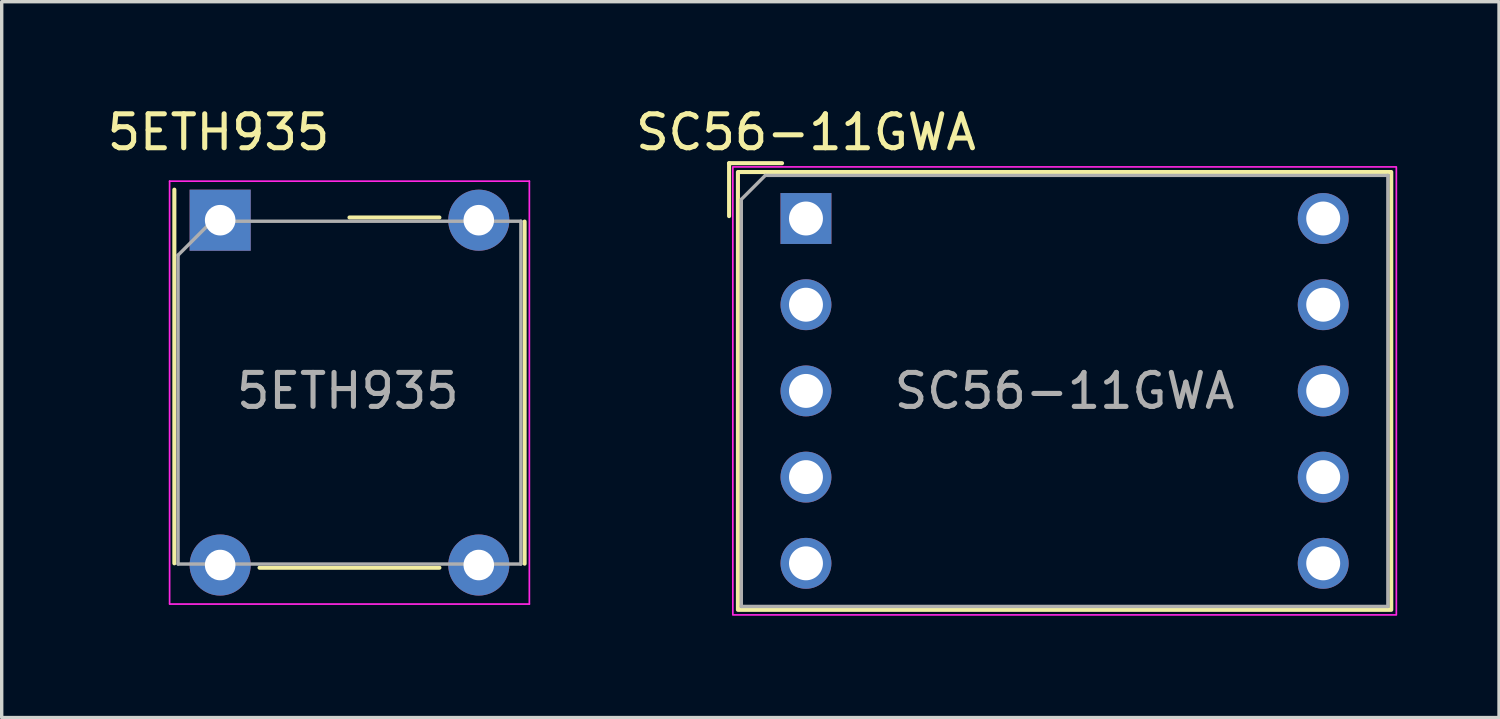
<source format=kicad_pcb>
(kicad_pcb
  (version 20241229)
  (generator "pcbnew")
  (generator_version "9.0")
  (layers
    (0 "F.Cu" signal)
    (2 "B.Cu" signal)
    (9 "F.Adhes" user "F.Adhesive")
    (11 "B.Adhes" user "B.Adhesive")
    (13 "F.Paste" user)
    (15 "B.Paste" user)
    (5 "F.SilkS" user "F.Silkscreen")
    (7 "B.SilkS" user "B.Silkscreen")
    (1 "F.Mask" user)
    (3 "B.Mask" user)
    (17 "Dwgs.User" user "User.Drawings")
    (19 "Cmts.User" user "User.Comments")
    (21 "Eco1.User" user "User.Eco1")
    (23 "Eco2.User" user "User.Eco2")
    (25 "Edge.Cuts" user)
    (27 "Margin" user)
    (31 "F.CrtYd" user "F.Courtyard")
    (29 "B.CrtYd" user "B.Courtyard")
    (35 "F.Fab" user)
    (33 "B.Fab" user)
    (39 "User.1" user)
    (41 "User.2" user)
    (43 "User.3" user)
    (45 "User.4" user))
  (footprint "SC56-11GWA"
    (layer "F.Cu")
    (at 28.317 8.468)
    (property "Reference" "SC56-11GWA" (at -7.62 -7.62 0) (unlocked yes) (layer "F.SilkS") (effects (font (size 1 1) (thickness 0.15))))
    (attr through_hole)
    (fp_line (start -9.885 -6.71) (end -9.885 -5.15) (stroke (width 0.12) (type solid)) (layer "F.SilkS"))
    (fp_line (start -9.885 -6.71) (end -8.325 -6.71) (stroke (width 0.12) (type solid)) (layer "F.SilkS"))
    (fp_rect (start -9.625 -6.45) (end 9.625 6.45) (stroke (width 0.12) (type solid)) (fill no) (layer "F.SilkS"))
    (fp_rect (start -9.775 -6.6) (end 9.775 6.6) (stroke (width 0.05) (type solid)) (fill no) (layer "F.CrtYd"))
    (fp_line (start -9.525 -5.643) (end -9.525 6.35) (stroke (width 0.1) (type solid)) (layer "F.Fab"))
    (fp_line (start -9.525 6.35) (end 9.525 6.35) (stroke (width 0.1) (type solid)) (layer "F.Fab"))
    (fp_line (start -8.818 -6.35) (end -9.525 -5.643) (stroke (width 0.1) (type solid)) (layer "F.Fab"))
    (fp_line (start 9.525 -6.35) (end -8.818 -6.35) (stroke (width 0.1) (type solid)) (layer "F.Fab"))
    (fp_line (start 9.525 6.35) (end 9.525 -6.35) (stroke (width 0.1) (type solid)) (layer "F.Fab"))
    (fp_text user "${REFERENCE}" (at 0 0 0) (unlocked yes) (layer "F.Fab") (effects (font (size 1 1) (thickness 0.15))))
    (pad "1" thru_hole rect (at -7.62 -5.08) (size 1.5 1.5) (drill 1) (layers "*.Cu" "*.Mask"))
    (pad "2" thru_hole circle (at -7.62 -2.54) (size 1.5 1.5) (drill 1) (layers "*.Cu" "*.Mask"))
    (pad "3" thru_hole circle (at -7.62 0) (size 1.5 1.5) (drill 1) (layers "*.Cu" "*.Mask"))
    (pad "4" thru_hole circle (at -7.62 2.54) (size 1.5 1.5) (drill 1) (layers "*.Cu" "*.Mask"))
    (pad "5" thru_hole circle (at -7.62 5.08) (size 1.5 1.5) (drill 1) (layers "*.Cu" "*.Mask"))
    (pad "6" thru_hole circle (at 7.62 5.08) (size 1.5 1.5) (drill 1) (layers "*.Cu" "*.Mask"))
    (pad "7" thru_hole circle (at 7.62 2.54) (size 1.5 1.5) (drill 1) (layers "*.Cu" "*.Mask"))
    (pad "8" thru_hole circle (at 7.62 0) (size 1.5 1.5) (drill 1) (layers "*.Cu" "*.Mask"))
    (pad "9" thru_hole circle (at 7.62 -2.54) (size 1.5 1.5) (drill 1) (layers "*.Cu" "*.Mask"))
    (pad "10" thru_hole circle (at 7.62 -5.08) (size 1.5 1.5) (drill 1) (layers "*.Cu" "*.Mask")))
  (footprint "5ETH935"
    (layer "F.Cu")
    (at 7.197 9.738)
    (property "Reference" "5ETH935" (at -3.81 -8.89 0) (unlocked yes) (layer "F.SilkS") (effects (font (size 1 1) (thickness 0.15))))
    (attr through_hole)
    (fp_line (start -5.11 -7.2) (end -5.11 3.81) (stroke (width 0.12) (type solid)) (layer "F.SilkS"))
    (fp_line (start -2.6 3.94) (end 2.7 3.94) (stroke (width 0.12) (type solid)) (layer "F.SilkS"))
    (fp_line (start 2.7 -6.38) (end 0.05 -6.38) (stroke (width 0.12) (type solid)) (layer "F.SilkS"))
    (fp_line (start 5.21 -6.26) (end 5.21 3.82) (stroke (width 0.12) (type solid)) (layer "F.SilkS"))
    (fp_line (start -5.25 -7.45) (end 5.35 -7.45) (stroke (width 0.05) (type solid)) (layer "F.CrtYd"))
    (fp_line (start -5.25 5) (end -5.25 -7.45) (stroke (width 0.05) (type solid)) (layer "F.CrtYd"))
    (fp_line (start 5.35 -7.45) (end 5.35 5.01) (stroke (width 0.05) (type solid)) (layer "F.CrtYd"))
    (fp_line (start 5.35 5.01) (end -5.25 5.01) (stroke (width 0.05) (type solid)) (layer "F.CrtYd"))
    (fp_line (start -5 3.83) (end -5 -5.27) (stroke (width 0.1) (type solid)) (layer "F.Fab"))
    (fp_line (start -4 -6.27) (end -5 -5.27) (stroke (width 0.1) (type solid)) (layer "F.Fab"))
    (fp_line (start -4 -6.27) (end 5.1 -6.27) (stroke (width 0.1) (type solid)) (layer "F.Fab"))
    (fp_line (start 5.1 -6.27) (end 5.1 3.83) (stroke (width 0.1) (type solid)) (layer "F.Fab"))
    (fp_line (start 5.1 3.83) (end -5 3.83) (stroke (width 0.1) (type solid)) (layer "F.Fab"))
    (fp_text user "${REFERENCE}" (at 0 -1.27 180) (layer "F.Fab") (effects (font (size 1 1) (thickness 0.15))))
    (pad "1" thru_hole rect (at -3.76 -6.3 90) (size 1.8 1.8) (drill 0.9) (layers "*.Cu" "*.Mask"))
    (pad "1" thru_hole circle (at -3.76 3.86 90) (size 1.8 1.8) (drill 0.9) (layers "*.Cu" "*.Mask"))
    (pad "2" thru_hole circle (at 3.86 -6.3 90) (size 1.8 1.8) (drill 0.9) (layers "*.Cu" "*.Mask"))
    (pad "2" thru_hole circle (at 3.86 3.86 90) (size 1.8 1.8) (drill 0.9) (layers "*.Cu" "*.Mask")))
  (gr_rect
    (start -3 -3)
    (end 41.117 18.093)
    (stroke (width 0.1) (type default))
    (fill no)
    (layer "Edge.Cuts")))
</source>
